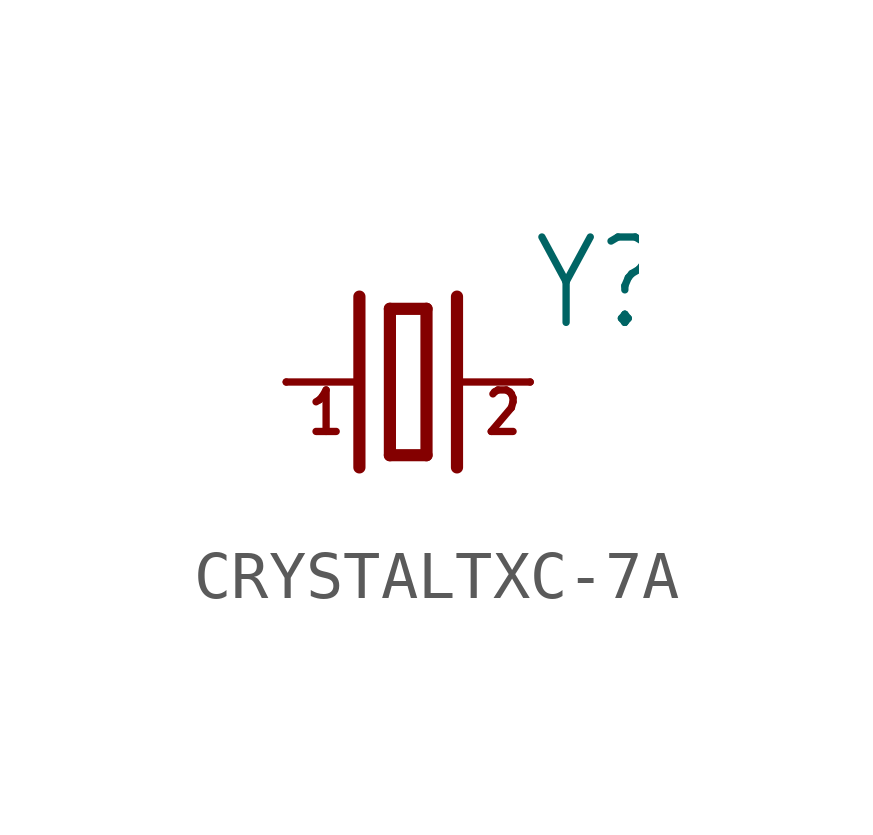
<source format=kicad_sym>
(kicad_symbol_lib
  (version 20241209)
  (generator "kicad_symbol_editor")
  (generator_version "9.0")
  (symbol "CRYSTALTXC-7A"
    (property "Reference" "Y"
      (at 2.54 1.016 0)
      (effects (font (size 1.778 1.511)) (justify left bottom)))
    (property "Value" ""
      (at 2.54 -2.54 0)
      (effects (font (size 1.778 1.511)) (justify left bottom)))
    (property "ki_locked" ""
      (at 0 0 0)
      (effects (font (size 1.27 1.27))))
    (symbol "CRYSTALTXC-7A_1_0"
      (polyline (pts (xy -2.54 0) (xy -1.016 0)) (stroke (width 0.152) (type solid)) (fill (type none)))
      (polyline (pts (xy -1.016 1.778) (xy -1.016 -1.778)) (stroke (width 0.254) (type solid)) (fill (type none)))
      (polyline (pts (xy -0.381 1.524) (xy -0.381 -1.524)) (stroke (width 0.254) (type solid)) (fill (type none)))
      (polyline (pts (xy -0.381 -1.524) (xy 0.381 -1.524)) (stroke (width 0.254) (type solid)) (fill (type none)))
      (polyline (pts (xy 0.381 1.524) (xy -0.381 1.524)) (stroke (width 0.254) (type solid)) (fill (type none)))
      (polyline (pts (xy 0.381 -1.524) (xy 0.381 1.524)) (stroke (width 0.254) (type solid)) (fill (type none)))
      (polyline (pts (xy 1.016 1.778) (xy 1.016 -1.778)) (stroke (width 0.254) (type solid)) (fill (type none)))
      (polyline (pts (xy 1.016 0) (xy 2.54 0)) (stroke (width 0.152) (type solid)) (fill (type none)))
      (text "1" (at -2.159 -1.143 0) (effects (font (size 0.864 0.734)) (justify left bottom)))
      (text "2" (at 1.524 -1.143 0) (effects (font (size 0.864 0.734)) (justify left bottom)))
      (pin passive line (at -2.54 0 0) (length 0) (name "1" (effects (font (size 0 0)))) (number "P$1" (effects (font (size 0 0)))))
      (pin passive line (at 2.54 0 180) (length 0) (name "2" (effects (font (size 0 0)))) (number "P$2" (effects (font (size 0 0))))))))
</source>
